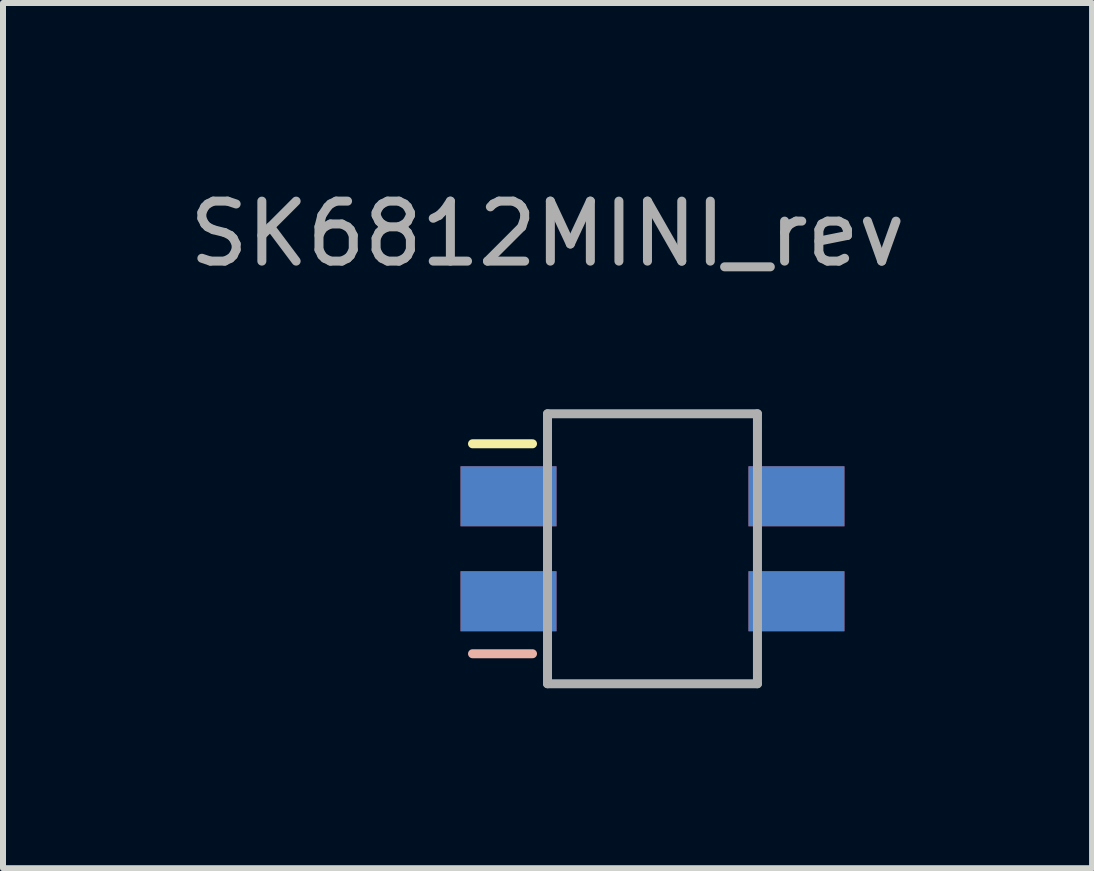
<source format=kicad_pcb>
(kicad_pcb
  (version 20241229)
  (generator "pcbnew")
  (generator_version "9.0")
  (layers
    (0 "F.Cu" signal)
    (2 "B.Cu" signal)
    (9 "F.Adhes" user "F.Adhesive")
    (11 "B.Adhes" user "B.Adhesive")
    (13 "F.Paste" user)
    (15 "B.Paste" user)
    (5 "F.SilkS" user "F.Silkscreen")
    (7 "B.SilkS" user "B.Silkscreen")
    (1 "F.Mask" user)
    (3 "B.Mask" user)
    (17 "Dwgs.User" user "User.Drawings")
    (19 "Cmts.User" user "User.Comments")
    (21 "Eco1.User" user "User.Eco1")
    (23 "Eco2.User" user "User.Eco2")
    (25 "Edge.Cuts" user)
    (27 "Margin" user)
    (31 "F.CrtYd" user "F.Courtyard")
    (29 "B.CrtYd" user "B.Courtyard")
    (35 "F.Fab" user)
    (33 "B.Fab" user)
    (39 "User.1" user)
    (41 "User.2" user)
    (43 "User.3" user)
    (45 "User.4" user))
  (footprint "SK6812MINI_rev"
    (layer "F.Cu")
    (at 6.077 3.848)
    (property "Reference" "SK6812MINI_rev" (at 0 -3 0) (layer "F.Fab") (effects (font (size 1 1) (thickness 0.15))))
    (attr through_hole)
    (fp_line (start -0.25 0.5) (end -1.25 0.5) (stroke (width 0.15) (type solid)) (layer "F.SilkS"))
    (fp_line (start -0.25 4) (end -1.25 4) (stroke (width 0.15) (type solid)) (layer "B.SilkS"))
    (fp_line (start 0 0) (end 3.5 0) (stroke (width 0.15) (type solid)) (layer "F.Fab"))
    (fp_line (start 0 4.5) (end 0 0) (stroke (width 0.15) (type solid)) (layer "F.Fab"))
    (fp_line (start 3.5 4.5) (end 0 4.5) (stroke (width 0.15) (type solid)) (layer "F.Fab"))
    (fp_line (start 3.5 4.5) (end 3.5 0) (stroke (width 0.15) (type solid)) (layer "F.Fab"))
    (pad "1" smd rect (at 4.15 1.375 180) (size 1.6 1) (layers "F.Cu" "F.Mask" "F.Paste"))
    (pad "1" smd rect (at 4.15 3.125 180) (size 1.6 1) (layers "B.Cu" "B.Mask" "B.Paste"))
    (pad "2" smd rect (at 4.15 1.375 180) (size 1.6 1) (layers "B.Cu" "B.Mask" "B.Paste"))
    (pad "2" smd rect (at 4.15 3.125 180) (size 1.6 1) (layers "F.Cu" "F.Mask" "F.Paste"))
    (pad "3" smd rect (at -0.65 1.375 180) (size 1.6 1) (layers "B.Cu" "B.Mask" "B.Paste"))
    (pad "3" smd rect (at -0.65 3.125 180) (size 1.6 1) (layers "F.Cu" "F.Mask" "F.Paste"))
    (pad "4" smd rect (at -0.65 1.375 180) (size 1.6 1) (layers "F.Cu" "F.Mask" "F.Paste"))
    (pad "4" smd rect (at -0.65 3.125 180) (size 1.6 1) (layers "B.Cu" "B.Mask" "B.Paste")))
  (gr_rect
    (start -3 -3)
    (end 15.155 11.423)
    (stroke (width 0.1) (type default))
    (fill no)
    (layer "Edge.Cuts")))
</source>
